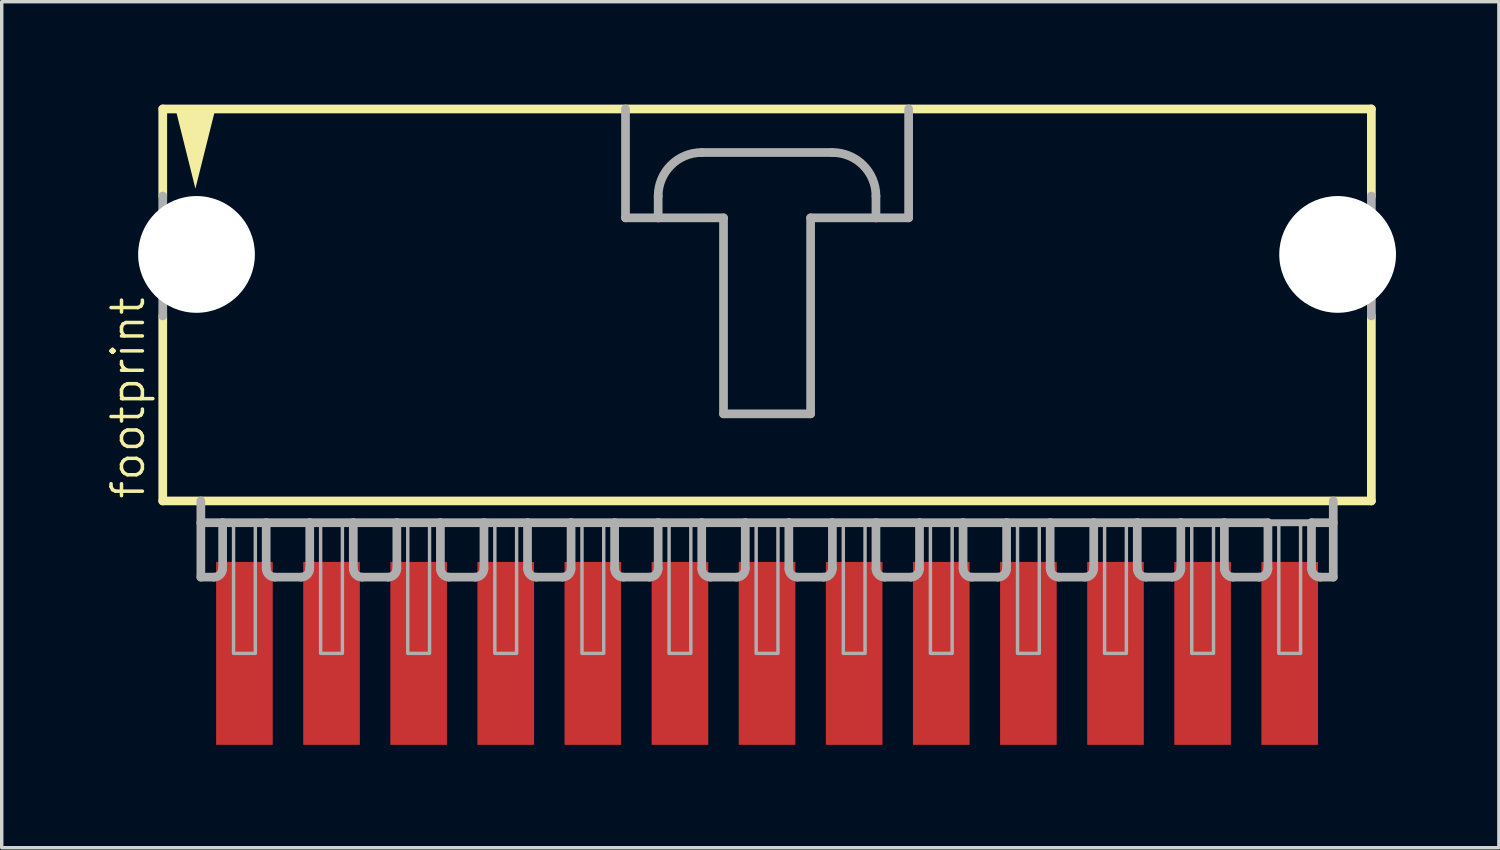
<source format=kicad_pcb>
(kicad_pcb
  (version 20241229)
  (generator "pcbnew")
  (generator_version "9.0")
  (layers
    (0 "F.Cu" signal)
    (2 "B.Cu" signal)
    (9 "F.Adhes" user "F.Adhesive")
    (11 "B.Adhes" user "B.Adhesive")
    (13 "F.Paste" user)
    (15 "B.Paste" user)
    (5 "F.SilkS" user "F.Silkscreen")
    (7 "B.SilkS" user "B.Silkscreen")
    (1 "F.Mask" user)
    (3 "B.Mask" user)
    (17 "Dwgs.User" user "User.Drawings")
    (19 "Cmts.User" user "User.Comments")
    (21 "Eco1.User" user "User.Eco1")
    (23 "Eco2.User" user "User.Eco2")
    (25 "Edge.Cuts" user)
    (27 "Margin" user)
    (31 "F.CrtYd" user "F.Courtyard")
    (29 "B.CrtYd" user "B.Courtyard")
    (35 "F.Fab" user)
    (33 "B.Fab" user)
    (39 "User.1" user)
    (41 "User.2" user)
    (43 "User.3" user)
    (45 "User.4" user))
  (footprint "footprint"
    (layer "F.Cu")
    (at 19.317 5.207)
    (property "Reference" "footprint" (at -18.098 6.35 90) (layer "F.SilkS") (effects (font (size 0.914 0.914) (thickness 0.102)) (justify left bottom)))
    (fp_line (start -17.621 -5.08) (end -17.621 -2.54) (stroke (width 0.254) (type solid)) (layer "F.SilkS"))
    (fp_line (start -17.621 0.953) (end -17.621 6.35) (stroke (width 0.254) (type solid)) (layer "F.SilkS"))
    (fp_line (start -17.621 6.35) (end 17.621 6.35) (stroke (width 0.254) (type solid)) (layer "F.SilkS"))
    (fp_line (start 17.621 -5.08) (end -17.621 -5.08) (stroke (width 0.254) (type solid)) (layer "F.SilkS"))
    (fp_line (start 17.621 -2.54) (end 17.621 -5.08) (stroke (width 0.254) (type solid)) (layer "F.SilkS"))
    (fp_line (start 17.621 6.35) (end 17.621 0.953) (stroke (width 0.254) (type solid)) (layer "F.SilkS"))
    (fp_poly (pts (xy -16.669 -2.756) (xy -17.275 -5.182) (xy -16.062 -5.182)) (stroke (width 0) (type solid)) (fill yes) (layer "F.SilkS"))
    (fp_line (start -17.621 -2.54) (end -17.621 0.953) (stroke (width 0.254) (type solid)) (layer "F.Fab"))
    (fp_line (start -16.51 6.35) (end -16.51 8.572) (stroke (width 0.254) (type solid)) (layer "F.Fab"))
    (fp_line (start -16.51 6.985) (end -15.875 6.985) (stroke (width 0.254) (type solid)) (layer "F.Fab"))
    (fp_line (start -16.129 8.572) (end -16.51 8.572) (stroke (width 0.254) (type solid)) (layer "F.Fab"))
    (fp_line (start -15.875 6.985) (end -15.875 8.319) (stroke (width 0.254) (type solid)) (layer "F.Fab"))
    (fp_line (start -15.875 6.985) (end -14.605 6.985) (stroke (width 0.254) (type solid)) (layer "F.Fab"))
    (fp_line (start -14.605 6.985) (end -14.605 8.319) (stroke (width 0.254) (type solid)) (layer "F.Fab"))
    (fp_line (start -14.605 6.985) (end -13.335 6.985) (stroke (width 0.254) (type solid)) (layer "F.Fab"))
    (fp_line (start -13.589 8.572) (end -14.351 8.572) (stroke (width 0.254) (type solid)) (layer "F.Fab"))
    (fp_line (start -13.335 6.985) (end -13.335 8.319) (stroke (width 0.254) (type solid)) (layer "F.Fab"))
    (fp_line (start -13.335 6.985) (end -12.065 6.985) (stroke (width 0.254) (type solid)) (layer "F.Fab"))
    (fp_line (start -12.065 6.985) (end -12.065 8.319) (stroke (width 0.254) (type solid)) (layer "F.Fab"))
    (fp_line (start -12.065 6.985) (end -10.795 6.985) (stroke (width 0.254) (type solid)) (layer "F.Fab"))
    (fp_line (start -11.049 8.572) (end -11.811 8.572) (stroke (width 0.254) (type solid)) (layer "F.Fab"))
    (fp_line (start -10.795 6.985) (end -10.795 8.319) (stroke (width 0.254) (type solid)) (layer "F.Fab"))
    (fp_line (start -10.795 6.985) (end -9.525 6.985) (stroke (width 0.254) (type solid)) (layer "F.Fab"))
    (fp_line (start -9.525 6.985) (end -9.525 8.319) (stroke (width 0.254) (type solid)) (layer "F.Fab"))
    (fp_line (start -9.525 6.985) (end -8.255 6.985) (stroke (width 0.254) (type solid)) (layer "F.Fab"))
    (fp_line (start -8.509 8.572) (end -9.271 8.572) (stroke (width 0.254) (type solid)) (layer "F.Fab"))
    (fp_line (start -8.255 6.985) (end -8.255 8.319) (stroke (width 0.254) (type solid)) (layer "F.Fab"))
    (fp_line (start -8.255 6.985) (end -6.985 6.985) (stroke (width 0.254) (type solid)) (layer "F.Fab"))
    (fp_line (start -6.985 6.985) (end -6.985 8.319) (stroke (width 0.254) (type solid)) (layer "F.Fab"))
    (fp_line (start -6.985 6.985) (end -5.715 6.985) (stroke (width 0.254) (type solid)) (layer "F.Fab"))
    (fp_line (start -5.969 8.572) (end -6.731 8.572) (stroke (width 0.254) (type solid)) (layer "F.Fab"))
    (fp_line (start -5.715 6.985) (end -5.715 8.319) (stroke (width 0.254) (type solid)) (layer "F.Fab"))
    (fp_line (start -5.715 6.985) (end -4.445 6.985) (stroke (width 0.254) (type solid)) (layer "F.Fab"))
    (fp_line (start -4.445 6.985) (end -4.445 8.319) (stroke (width 0.254) (type solid)) (layer "F.Fab"))
    (fp_line (start -4.445 6.985) (end -3.175 6.985) (stroke (width 0.254) (type solid)) (layer "F.Fab"))
    (fp_line (start -4.128 -5.08) (end -4.128 -1.905) (stroke (width 0.254) (type solid)) (layer "F.Fab"))
    (fp_line (start -4.128 -1.905) (end -3.175 -1.905) (stroke (width 0.254) (type solid)) (layer "F.Fab"))
    (fp_line (start -3.429 8.572) (end -4.191 8.572) (stroke (width 0.254) (type solid)) (layer "F.Fab"))
    (fp_line (start -3.175 -1.905) (end -3.175 -2.54) (stroke (width 0.254) (type solid)) (layer "F.Fab"))
    (fp_line (start -3.175 -1.905) (end -1.27 -1.905) (stroke (width 0.254) (type solid)) (layer "F.Fab"))
    (fp_line (start -3.175 6.985) (end -3.175 8.319) (stroke (width 0.254) (type solid)) (layer "F.Fab"))
    (fp_line (start -3.175 6.985) (end -1.905 6.985) (stroke (width 0.254) (type solid)) (layer "F.Fab"))
    (fp_line (start -1.905 -3.81) (end 1.905 -3.81) (stroke (width 0.254) (type solid)) (layer "F.Fab"))
    (fp_line (start -1.905 6.985) (end -1.905 8.319) (stroke (width 0.254) (type solid)) (layer "F.Fab"))
    (fp_line (start -1.905 6.985) (end -0.635 6.985) (stroke (width 0.254) (type solid)) (layer "F.Fab"))
    (fp_line (start -1.27 -1.905) (end -1.27 3.81) (stroke (width 0.254) (type solid)) (layer "F.Fab"))
    (fp_line (start -1.27 3.81) (end 1.27 3.81) (stroke (width 0.254) (type solid)) (layer "F.Fab"))
    (fp_line (start -0.889 8.572) (end -1.651 8.572) (stroke (width 0.254) (type solid)) (layer "F.Fab"))
    (fp_line (start -0.635 6.985) (end -0.635 8.319) (stroke (width 0.254) (type solid)) (layer "F.Fab"))
    (fp_line (start -0.635 6.985) (end 0.635 6.985) (stroke (width 0.254) (type solid)) (layer "F.Fab"))
    (fp_line (start 0.635 6.985) (end 0.635 8.319) (stroke (width 0.254) (type solid)) (layer "F.Fab"))
    (fp_line (start 0.635 6.985) (end 1.905 6.985) (stroke (width 0.254) (type solid)) (layer "F.Fab"))
    (fp_line (start 1.27 -1.905) (end 3.175 -1.905) (stroke (width 0.254) (type solid)) (layer "F.Fab"))
    (fp_line (start 1.27 3.81) (end 1.27 -1.905) (stroke (width 0.254) (type solid)) (layer "F.Fab"))
    (fp_line (start 1.651 8.572) (end 0.889 8.572) (stroke (width 0.254) (type solid)) (layer "F.Fab"))
    (fp_line (start 1.905 6.985) (end 1.905 8.319) (stroke (width 0.254) (type solid)) (layer "F.Fab"))
    (fp_line (start 1.905 6.985) (end 3.175 6.985) (stroke (width 0.254) (type solid)) (layer "F.Fab"))
    (fp_line (start 3.175 -2.54) (end 3.175 -1.905) (stroke (width 0.254) (type solid)) (layer "F.Fab"))
    (fp_line (start 3.175 -1.905) (end 4.128 -1.905) (stroke (width 0.254) (type solid)) (layer "F.Fab"))
    (fp_line (start 3.175 6.985) (end 3.175 8.319) (stroke (width 0.254) (type solid)) (layer "F.Fab"))
    (fp_line (start 3.175 6.985) (end 4.445 6.985) (stroke (width 0.254) (type solid)) (layer "F.Fab"))
    (fp_line (start 4.128 -1.905) (end 4.128 -5.08) (stroke (width 0.254) (type solid)) (layer "F.Fab"))
    (fp_line (start 4.191 8.572) (end 3.429 8.572) (stroke (width 0.254) (type solid)) (layer "F.Fab"))
    (fp_line (start 4.445 6.985) (end 4.445 8.319) (stroke (width 0.254) (type solid)) (layer "F.Fab"))
    (fp_line (start 4.445 6.985) (end 5.715 6.985) (stroke (width 0.254) (type solid)) (layer "F.Fab"))
    (fp_line (start 5.715 6.985) (end 5.715 8.319) (stroke (width 0.254) (type solid)) (layer "F.Fab"))
    (fp_line (start 5.715 6.985) (end 6.985 6.985) (stroke (width 0.254) (type solid)) (layer "F.Fab"))
    (fp_line (start 6.731 8.572) (end 5.969 8.572) (stroke (width 0.254) (type solid)) (layer "F.Fab"))
    (fp_line (start 6.985 6.985) (end 6.985 8.319) (stroke (width 0.254) (type solid)) (layer "F.Fab"))
    (fp_line (start 6.985 6.985) (end 8.255 6.985) (stroke (width 0.254) (type solid)) (layer "F.Fab"))
    (fp_line (start 8.255 6.985) (end 8.255 8.319) (stroke (width 0.254) (type solid)) (layer "F.Fab"))
    (fp_line (start 8.255 6.985) (end 9.525 6.985) (stroke (width 0.254) (type solid)) (layer "F.Fab"))
    (fp_line (start 9.271 8.572) (end 8.509 8.572) (stroke (width 0.254) (type solid)) (layer "F.Fab"))
    (fp_line (start 9.525 6.985) (end 9.525 8.319) (stroke (width 0.254) (type solid)) (layer "F.Fab"))
    (fp_line (start 9.525 6.985) (end 10.795 6.985) (stroke (width 0.254) (type solid)) (layer "F.Fab"))
    (fp_line (start 10.795 6.985) (end 10.795 8.319) (stroke (width 0.254) (type solid)) (layer "F.Fab"))
    (fp_line (start 10.795 6.985) (end 12.065 6.985) (stroke (width 0.254) (type solid)) (layer "F.Fab"))
    (fp_line (start 11.049 8.572) (end 11.811 8.572) (stroke (width 0.254) (type solid)) (layer "F.Fab"))
    (fp_line (start 12.065 6.985) (end 13.335 6.985) (stroke (width 0.254) (type solid)) (layer "F.Fab"))
    (fp_line (start 12.065 8.319) (end 12.065 6.985) (stroke (width 0.254) (type solid)) (layer "F.Fab"))
    (fp_line (start 13.335 6.985) (end 13.335 8.319) (stroke (width 0.254) (type solid)) (layer "F.Fab"))
    (fp_line (start 13.335 6.985) (end 14.605 6.985) (stroke (width 0.254) (type solid)) (layer "F.Fab"))
    (fp_line (start 13.589 8.572) (end 14.351 8.572) (stroke (width 0.254) (type solid)) (layer "F.Fab"))
    (fp_line (start 14.605 6.985) (end 15.875 6.985) (stroke (width 0.203) (type solid)) (layer "F.Fab"))
    (fp_line (start 14.605 8.319) (end 14.605 6.985) (stroke (width 0.254) (type solid)) (layer "F.Fab"))
    (fp_line (start 15.875 6.985) (end 15.875 8.319) (stroke (width 0.254) (type solid)) (layer "F.Fab"))
    (fp_line (start 15.875 6.985) (end 16.51 6.985) (stroke (width 0.254) (type solid)) (layer "F.Fab"))
    (fp_line (start 16.129 8.572) (end 16.51 8.572) (stroke (width 0.254) (type solid)) (layer "F.Fab"))
    (fp_line (start 16.51 8.572) (end 16.51 6.35) (stroke (width 0.254) (type solid)) (layer "F.Fab"))
    (fp_line (start 17.621 -2.54) (end 17.621 0.953) (stroke (width 0.254) (type solid)) (layer "F.Fab"))
    (fp_arc (start -15.875 8.3185) (mid -15.949395 8.498105) (end -16.129 8.5725) (stroke (width 0.254) (type solid)) (layer "F.Fab"))
    (fp_arc (start -14.351 8.5725) (mid -14.530605 8.498105) (end -14.605 8.3185) (stroke (width 0.254) (type solid)) (layer "F.Fab"))
    (fp_arc (start -13.335 8.3185) (mid -13.409395 8.498105) (end -13.589 8.5725) (stroke (width 0.254) (type solid)) (layer "F.Fab"))
    (fp_arc (start -11.811 8.5725) (mid -11.990605 8.498105) (end -12.065 8.3185) (stroke (width 0.254) (type solid)) (layer "F.Fab"))
    (fp_arc (start -10.795 8.3185) (mid -10.869395 8.498105) (end -11.049 8.5725) (stroke (width 0.254) (type solid)) (layer "F.Fab"))
    (fp_arc (start -9.271 8.5725) (mid -9.450605 8.498105) (end -9.525 8.3185) (stroke (width 0.254) (type solid)) (layer "F.Fab"))
    (fp_arc (start -8.255 8.3185) (mid -8.329395 8.498105) (end -8.509 8.5725) (stroke (width 0.254) (type solid)) (layer "F.Fab"))
    (fp_arc (start -6.731 8.5725) (mid -6.910605 8.498105) (end -6.985 8.3185) (stroke (width 0.254) (type solid)) (layer "F.Fab"))
    (fp_arc (start -5.715 8.3185) (mid -5.789395 8.498105) (end -5.969 8.5725) (stroke (width 0.254) (type solid)) (layer "F.Fab"))
    (fp_arc (start -4.191 8.5725) (mid -4.370605 8.498105) (end -4.445 8.3185) (stroke (width 0.254) (type solid)) (layer "F.Fab"))
    (fp_arc (start -3.175 -2.54) (mid -2.803026 -3.438026) (end -1.905 -3.81) (stroke (width 0.254) (type solid)) (layer "F.Fab"))
    (fp_arc (start -3.175 8.3185) (mid -3.249395 8.498105) (end -3.429 8.5725) (stroke (width 0.254) (type solid)) (layer "F.Fab"))
    (fp_arc (start -1.651 8.5725) (mid -1.830605 8.498105) (end -1.905 8.3185) (stroke (width 0.254) (type solid)) (layer "F.Fab"))
    (fp_arc (start -0.635 8.3185) (mid -0.709395 8.498105) (end -0.889 8.5725) (stroke (width 0.254) (type solid)) (layer "F.Fab"))
    (fp_arc (start 0.889 8.5725) (mid 0.709395 8.498105) (end 0.635 8.3185) (stroke (width 0.254) (type solid)) (layer "F.Fab"))
    (fp_arc (start 1.905 -3.81) (mid 2.803026 -3.438026) (end 3.175 -2.54) (stroke (width 0.254) (type solid)) (layer "F.Fab"))
    (fp_arc (start 1.905 8.3185) (mid 1.830605 8.498105) (end 1.651 8.5725) (stroke (width 0.254) (type solid)) (layer "F.Fab"))
    (fp_arc (start 3.429 8.5725) (mid 3.249395 8.498105) (end 3.175 8.3185) (stroke (width 0.254) (type solid)) (layer "F.Fab"))
    (fp_arc (start 4.445 8.3185) (mid 4.370605 8.498105) (end 4.191 8.5725) (stroke (width 0.254) (type solid)) (layer "F.Fab"))
    (fp_arc (start 5.969 8.5725) (mid 5.789395 8.498105) (end 5.715 8.3185) (stroke (width 0.254) (type solid)) (layer "F.Fab"))
    (fp_arc (start 6.985 8.3185) (mid 6.910605 8.498105) (end 6.731 8.5725) (stroke (width 0.254) (type solid)) (layer "F.Fab"))
    (fp_arc (start 8.509 8.5725) (mid 8.329395 8.498105) (end 8.255 8.3185) (stroke (width 0.254) (type solid)) (layer "F.Fab"))
    (fp_arc (start 9.525 8.3185) (mid 9.450605 8.498105) (end 9.271 8.5725) (stroke (width 0.254) (type solid)) (layer "F.Fab"))
    (fp_arc (start 11.049 8.5725) (mid 10.869395 8.498105) (end 10.795 8.3185) (stroke (width 0.254) (type solid)) (layer "F.Fab"))
    (fp_arc (start 12.065 8.3185) (mid 11.990605 8.498105) (end 11.811 8.5725) (stroke (width 0.254) (type solid)) (layer "F.Fab"))
    (fp_arc (start 13.589 8.5725) (mid 13.409395 8.498105) (end 13.335 8.3185) (stroke (width 0.254) (type solid)) (layer "F.Fab"))
    (fp_arc (start 14.605 8.3185) (mid 14.530605 8.498105) (end 14.351 8.5725) (stroke (width 0.254) (type solid)) (layer "F.Fab"))
    (fp_arc (start 16.129 8.5725) (mid 15.949395 8.498105) (end 15.875 8.3185) (stroke (width 0.254) (type solid)) (layer "F.Fab"))
    (fp_poly (pts (xy -15.557 10.795) (xy -14.922 10.795) (xy -14.922 6.985) (xy -15.557 6.985)) (stroke (width 0.1) (type solid)) (fill no) (layer "F.Fab"))
    (fp_poly (pts (xy -13.018 10.795) (xy -12.383 10.795) (xy -12.383 6.985) (xy -13.018 6.985)) (stroke (width 0.1) (type solid)) (fill no) (layer "F.Fab"))
    (fp_poly (pts (xy -10.477 10.795) (xy -9.842 10.795) (xy -9.842 6.985) (xy -10.477 6.985)) (stroke (width 0.1) (type solid)) (fill no) (layer "F.Fab"))
    (fp_poly (pts (xy -7.938 10.795) (xy -7.303 10.795) (xy -7.303 6.985) (xy -7.938 6.985)) (stroke (width 0.1) (type solid)) (fill no) (layer "F.Fab"))
    (fp_poly (pts (xy -5.397 10.795) (xy -4.763 10.795) (xy -4.763 6.985) (xy -5.397 6.985)) (stroke (width 0.1) (type solid)) (fill no) (layer "F.Fab"))
    (fp_poly (pts (xy -2.857 10.795) (xy -2.223 10.795) (xy -2.223 6.985) (xy -2.857 6.985)) (stroke (width 0.1) (type solid)) (fill no) (layer "F.Fab"))
    (fp_poly (pts (xy -0.318 10.795) (xy 0.318 10.795) (xy 0.318 6.985) (xy -0.318 6.985)) (stroke (width 0.1) (type solid)) (fill no) (layer "F.Fab"))
    (fp_poly (pts (xy 2.223 10.795) (xy 2.857 10.795) (xy 2.857 6.985) (xy 2.223 6.985)) (stroke (width 0.1) (type solid)) (fill no) (layer "F.Fab"))
    (fp_poly (pts (xy 4.763 10.795) (xy 5.397 10.795) (xy 5.397 6.985) (xy 4.763 6.985)) (stroke (width 0.1) (type solid)) (fill no) (layer "F.Fab"))
    (fp_poly (pts (xy 7.303 10.795) (xy 7.938 10.795) (xy 7.938 6.985) (xy 7.303 6.985)) (stroke (width 0.1) (type solid)) (fill no) (layer "F.Fab"))
    (fp_poly (pts (xy 9.842 10.795) (xy 10.477 10.795) (xy 10.477 6.985) (xy 9.842 6.985)) (stroke (width 0.1) (type solid)) (fill no) (layer "F.Fab"))
    (fp_poly (pts (xy 12.383 10.795) (xy 13.018 10.795) (xy 13.018 6.985) (xy 12.383 6.985)) (stroke (width 0.1) (type solid)) (fill no) (layer "F.Fab"))
    (fp_poly (pts (xy 14.922 10.795) (xy 15.557 10.795) (xy 15.557 6.985) (xy 14.922 6.985)) (stroke (width 0.1) (type solid)) (fill no) (layer "F.Fab"))
    (pad "" np_thru_hole circle (at -16.637 -0.838) (size 3.404 3.404) (drill 3.404) (layers "*.Cu" "*.Mask"))
    (pad "" np_thru_hole circle (at 16.637 -0.838) (size 3.404 3.404) (drill 3.404) (layers "*.Cu" "*.Mask"))
    (pad "1" smd rect (at -15.24 10.795 90) (size 5.334 1.651) (layers "F.Cu" "F.Mask" "F.Paste"))
    (pad "2" smd rect (at -12.7 10.795 90) (size 5.334 1.651) (layers "F.Cu" "F.Mask" "F.Paste"))
    (pad "3" smd rect (at -10.16 10.795 90) (size 5.334 1.651) (layers "F.Cu" "F.Mask" "F.Paste"))
    (pad "4" smd rect (at -7.62 10.795 90) (size 5.334 1.651) (layers "F.Cu" "F.Mask" "F.Paste"))
    (pad "5" smd rect (at -5.08 10.795 90) (size 5.334 1.651) (layers "F.Cu" "F.Mask" "F.Paste"))
    (pad "6" smd rect (at -2.54 10.795 90) (size 5.334 1.651) (layers "F.Cu" "F.Mask" "F.Paste"))
    (pad "7" smd rect (at 0 10.795 90) (size 5.334 1.651) (layers "F.Cu" "F.Mask" "F.Paste"))
    (pad "8" smd rect (at 2.54 10.795 90) (size 5.334 1.651) (layers "F.Cu" "F.Mask" "F.Paste"))
    (pad "9" smd rect (at 5.08 10.795 90) (size 5.334 1.651) (layers "F.Cu" "F.Mask" "F.Paste"))
    (pad "10" smd rect (at 7.62 10.795 90) (size 5.334 1.651) (layers "F.Cu" "F.Mask" "F.Paste"))
    (pad "11" smd rect (at 10.16 10.795 90) (size 5.334 1.651) (layers "F.Cu" "F.Mask" "F.Paste"))
    (pad "12" smd rect (at 12.7 10.795 90) (size 5.334 1.651) (layers "F.Cu" "F.Mask" "F.Paste"))
    (pad "13" smd rect (at 15.24 10.795 90) (size 5.334 1.651) (layers "F.Cu" "F.Mask" "F.Paste")))
  (gr_rect
    (start -3 -3)
    (end 40.656 21.669)
    (stroke (width 0.1) (type default))
    (fill no)
    (layer "Edge.Cuts")))
</source>
